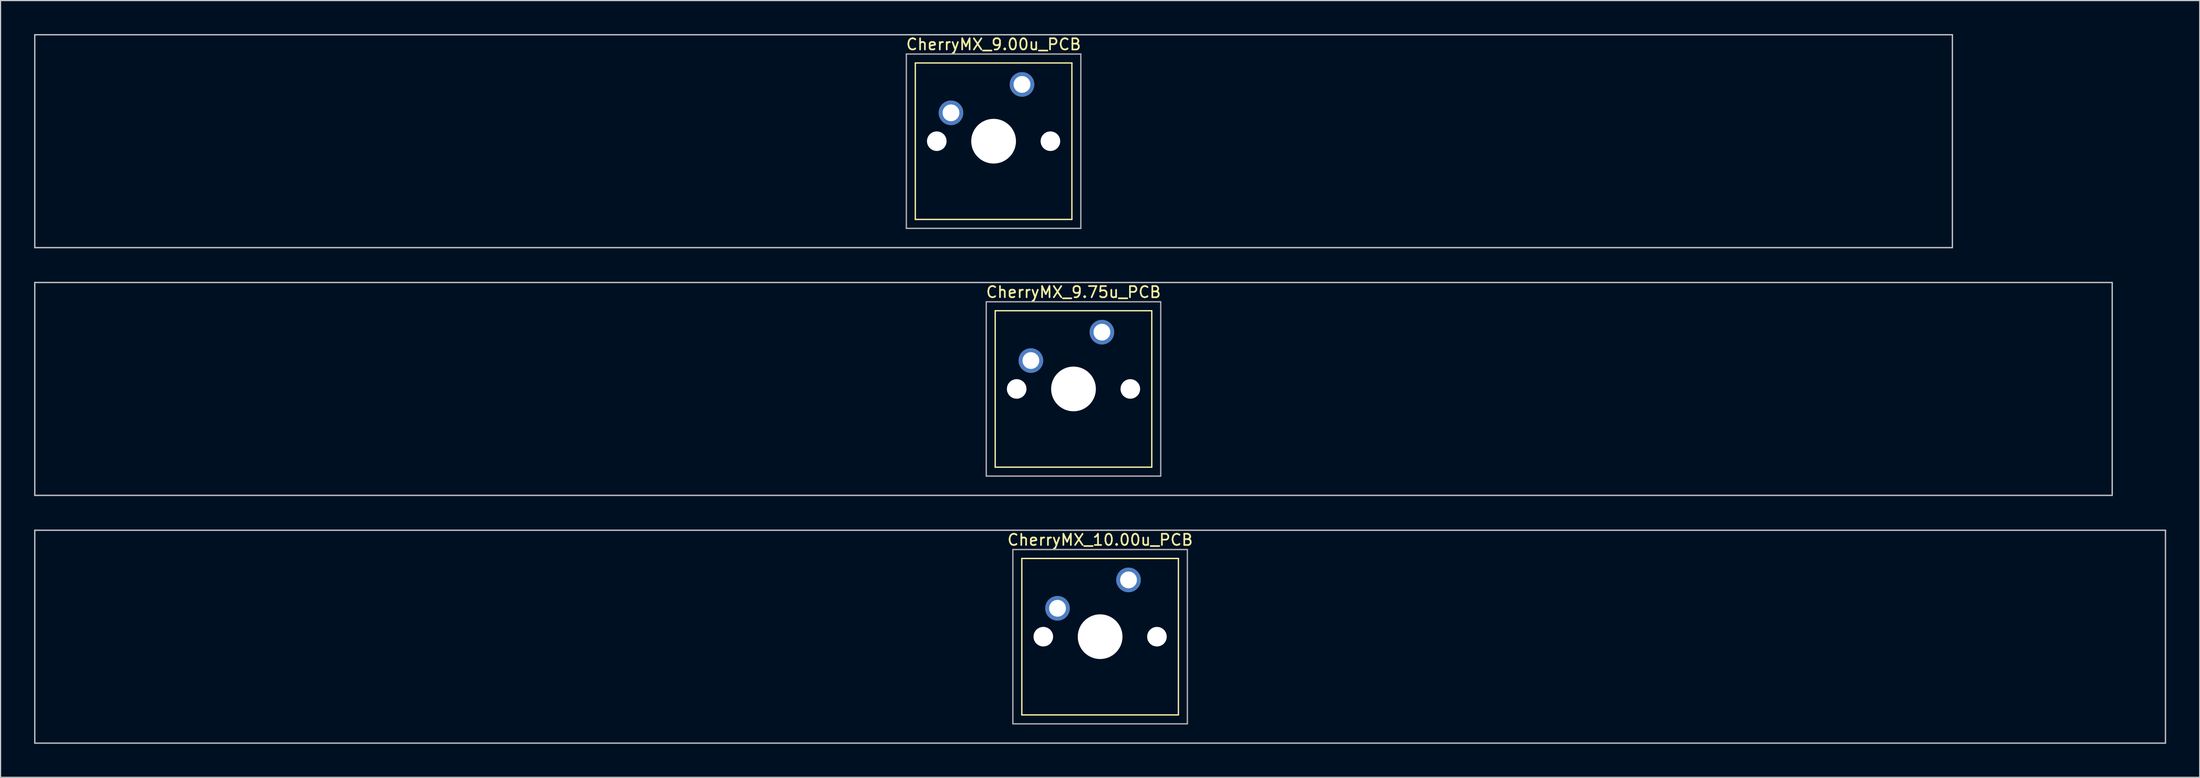
<source format=kicad_pcb>
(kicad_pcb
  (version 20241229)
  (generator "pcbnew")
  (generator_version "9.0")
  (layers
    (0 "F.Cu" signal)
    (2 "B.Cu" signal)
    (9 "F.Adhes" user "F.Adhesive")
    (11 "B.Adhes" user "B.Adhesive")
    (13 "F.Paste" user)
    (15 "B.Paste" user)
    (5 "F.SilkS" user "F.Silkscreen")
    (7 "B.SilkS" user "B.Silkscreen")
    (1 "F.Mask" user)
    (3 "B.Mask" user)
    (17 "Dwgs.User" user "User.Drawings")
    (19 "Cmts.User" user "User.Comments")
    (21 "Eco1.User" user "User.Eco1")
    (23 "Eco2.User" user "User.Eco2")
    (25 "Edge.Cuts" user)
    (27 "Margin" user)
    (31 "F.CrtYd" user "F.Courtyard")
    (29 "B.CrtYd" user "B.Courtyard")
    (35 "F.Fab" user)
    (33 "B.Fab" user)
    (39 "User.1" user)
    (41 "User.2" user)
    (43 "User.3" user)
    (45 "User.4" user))
  (footprint "CherryMX_9.00u_PCB"
    (layer "F.Cu")
    (at 85.785 9.585)
    (property "Reference" "CherryMX_9.00u_PCB" (at 0 -8.662 0) (layer "F.SilkS") (effects (font (size 1 1) (thickness 0.15))))
    (attr through_hole)
    (fp_line (start -7 -7) (end -7 7) (stroke (width 0.12) (type solid)) (layer "F.SilkS"))
    (fp_line (start -7 -7) (end 7 -7) (stroke (width 0.12) (type solid)) (layer "F.SilkS"))
    (fp_line (start 7 -7) (end 7 7) (stroke (width 0.12) (type solid)) (layer "F.SilkS"))
    (fp_line (start 7 7) (end -7 7) (stroke (width 0.12) (type solid)) (layer "F.SilkS"))
    (fp_line (start -85.725 -9.525) (end 85.725 -9.525) (stroke (width 0.12) (type solid)) (layer "Dwgs.User"))
    (fp_line (start -85.725 9.525) (end -85.725 -9.525) (stroke (width 0.12) (type solid)) (layer "Dwgs.User"))
    (fp_line (start 85.725 -9.525) (end 85.725 9.525) (stroke (width 0.12) (type solid)) (layer "Dwgs.User"))
    (fp_line (start 85.725 9.525) (end -85.725 9.525) (stroke (width 0.12) (type solid)) (layer "Dwgs.User"))
    (fp_line (start -7.8 -7.8) (end -7.8 7.8) (stroke (width 0.12) (type solid)) (layer "F.Fab"))
    (fp_line (start -7.8 -7.8) (end 7.8 -7.8) (stroke (width 0.12) (type solid)) (layer "F.Fab"))
    (fp_line (start -7.8 7.8) (end 7.8 7.8) (stroke (width 0.12) (type solid)) (layer "F.Fab"))
    (fp_line (start 7.8 -7.8) (end 7.8 7.8) (stroke (width 0.12) (type solid)) (layer "F.Fab"))
    (pad "" np_thru_hole circle (at -5.08 0) (size 1.75 1.75) (drill 1.75) (layers "*.Cu" "*.Mask"))
    (pad "" np_thru_hole circle (at 0 0) (size 4 4) (drill 4) (layers "*.Cu" "*.Mask"))
    (pad "" np_thru_hole circle (at 5.08 0) (size 1.75 1.75) (drill 1.75) (layers "*.Cu" "*.Mask"))
    (pad "1" thru_hole circle (at -3.81 -2.54) (size 2.2 2.2) (drill 1.5) (layers "*.Cu" "*.Mask"))
    (pad "2" thru_hole circle (at 2.54 -5.08) (size 2.2 2.2) (drill 1.5) (layers "*.Cu" "*.Mask")))
  (footprint "CherryMX_10.00u_PCB"
    (layer "F.Cu")
    (at 95.31 53.925)
    (property "Reference" "CherryMX_10.00u_PCB" (at 0 -8.662 0) (layer "F.SilkS") (effects (font (size 1 1) (thickness 0.15))))
    (attr through_hole)
    (fp_line (start -7 -7) (end -7 7) (stroke (width 0.12) (type solid)) (layer "F.SilkS"))
    (fp_line (start -7 -7) (end 7 -7) (stroke (width 0.12) (type solid)) (layer "F.SilkS"))
    (fp_line (start 7 -7) (end 7 7) (stroke (width 0.12) (type solid)) (layer "F.SilkS"))
    (fp_line (start 7 7) (end -7 7) (stroke (width 0.12) (type solid)) (layer "F.SilkS"))
    (fp_line (start -95.25 -9.525) (end 95.25 -9.525) (stroke (width 0.12) (type solid)) (layer "Dwgs.User"))
    (fp_line (start -95.25 9.525) (end -95.25 -9.525) (stroke (width 0.12) (type solid)) (layer "Dwgs.User"))
    (fp_line (start 95.25 -9.525) (end 95.25 9.525) (stroke (width 0.12) (type solid)) (layer "Dwgs.User"))
    (fp_line (start 95.25 9.525) (end -95.25 9.525) (stroke (width 0.12) (type solid)) (layer "Dwgs.User"))
    (fp_line (start -7.8 -7.8) (end -7.8 7.8) (stroke (width 0.12) (type solid)) (layer "F.Fab"))
    (fp_line (start -7.8 -7.8) (end 7.8 -7.8) (stroke (width 0.12) (type solid)) (layer "F.Fab"))
    (fp_line (start -7.8 7.8) (end 7.8 7.8) (stroke (width 0.12) (type solid)) (layer "F.Fab"))
    (fp_line (start 7.8 -7.8) (end 7.8 7.8) (stroke (width 0.12) (type solid)) (layer "F.Fab"))
    (pad "" np_thru_hole circle (at -5.08 0) (size 1.75 1.75) (drill 1.75) (layers "*.Cu" "*.Mask"))
    (pad "" np_thru_hole circle (at 0 0) (size 4 4) (drill 4) (layers "*.Cu" "*.Mask"))
    (pad "" np_thru_hole circle (at 5.08 0) (size 1.75 1.75) (drill 1.75) (layers "*.Cu" "*.Mask"))
    (pad "1" thru_hole circle (at -3.81 -2.54) (size 2.2 2.2) (drill 1.5) (layers "*.Cu" "*.Mask"))
    (pad "2" thru_hole circle (at 2.54 -5.08) (size 2.2 2.2) (drill 1.5) (layers "*.Cu" "*.Mask")))
  (footprint "CherryMX_9.75u_PCB"
    (layer "F.Cu")
    (at 92.929 31.755)
    (property "Reference" "CherryMX_9.75u_PCB" (at 0 -8.662 0) (layer "F.SilkS") (effects (font (size 1 1) (thickness 0.15))))
    (attr through_hole)
    (fp_line (start -7 -7) (end -7 7) (stroke (width 0.12) (type solid)) (layer "F.SilkS"))
    (fp_line (start -7 -7) (end 7 -7) (stroke (width 0.12) (type solid)) (layer "F.SilkS"))
    (fp_line (start 7 -7) (end 7 7) (stroke (width 0.12) (type solid)) (layer "F.SilkS"))
    (fp_line (start 7 7) (end -7 7) (stroke (width 0.12) (type solid)) (layer "F.SilkS"))
    (fp_line (start -92.869 -9.525) (end 92.869 -9.525) (stroke (width 0.12) (type solid)) (layer "Dwgs.User"))
    (fp_line (start -92.869 9.525) (end -92.869 -9.525) (stroke (width 0.12) (type solid)) (layer "Dwgs.User"))
    (fp_line (start 92.869 -9.525) (end 92.869 9.525) (stroke (width 0.12) (type solid)) (layer "Dwgs.User"))
    (fp_line (start 92.869 9.525) (end -92.869 9.525) (stroke (width 0.12) (type solid)) (layer "Dwgs.User"))
    (fp_line (start -7.8 -7.8) (end -7.8 7.8) (stroke (width 0.12) (type solid)) (layer "F.Fab"))
    (fp_line (start -7.8 -7.8) (end 7.8 -7.8) (stroke (width 0.12) (type solid)) (layer "F.Fab"))
    (fp_line (start -7.8 7.8) (end 7.8 7.8) (stroke (width 0.12) (type solid)) (layer "F.Fab"))
    (fp_line (start 7.8 -7.8) (end 7.8 7.8) (stroke (width 0.12) (type solid)) (layer "F.Fab"))
    (pad "" np_thru_hole circle (at -5.08 0) (size 1.75 1.75) (drill 1.75) (layers "*.Cu" "*.Mask"))
    (pad "" np_thru_hole circle (at 0 0) (size 4 4) (drill 4) (layers "*.Cu" "*.Mask"))
    (pad "" np_thru_hole circle (at 5.08 0) (size 1.75 1.75) (drill 1.75) (layers "*.Cu" "*.Mask"))
    (pad "1" thru_hole circle (at -3.81 -2.54) (size 2.2 2.2) (drill 1.5) (layers "*.Cu" "*.Mask"))
    (pad "2" thru_hole circle (at 2.54 -5.08) (size 2.2 2.2) (drill 1.5) (layers "*.Cu" "*.Mask")))
  (gr_rect
    (start -3 -3)
    (end 193.62 66.51)
    (stroke (width 0.1) (type default))
    (fill no)
    (layer "Edge.Cuts")))
</source>
